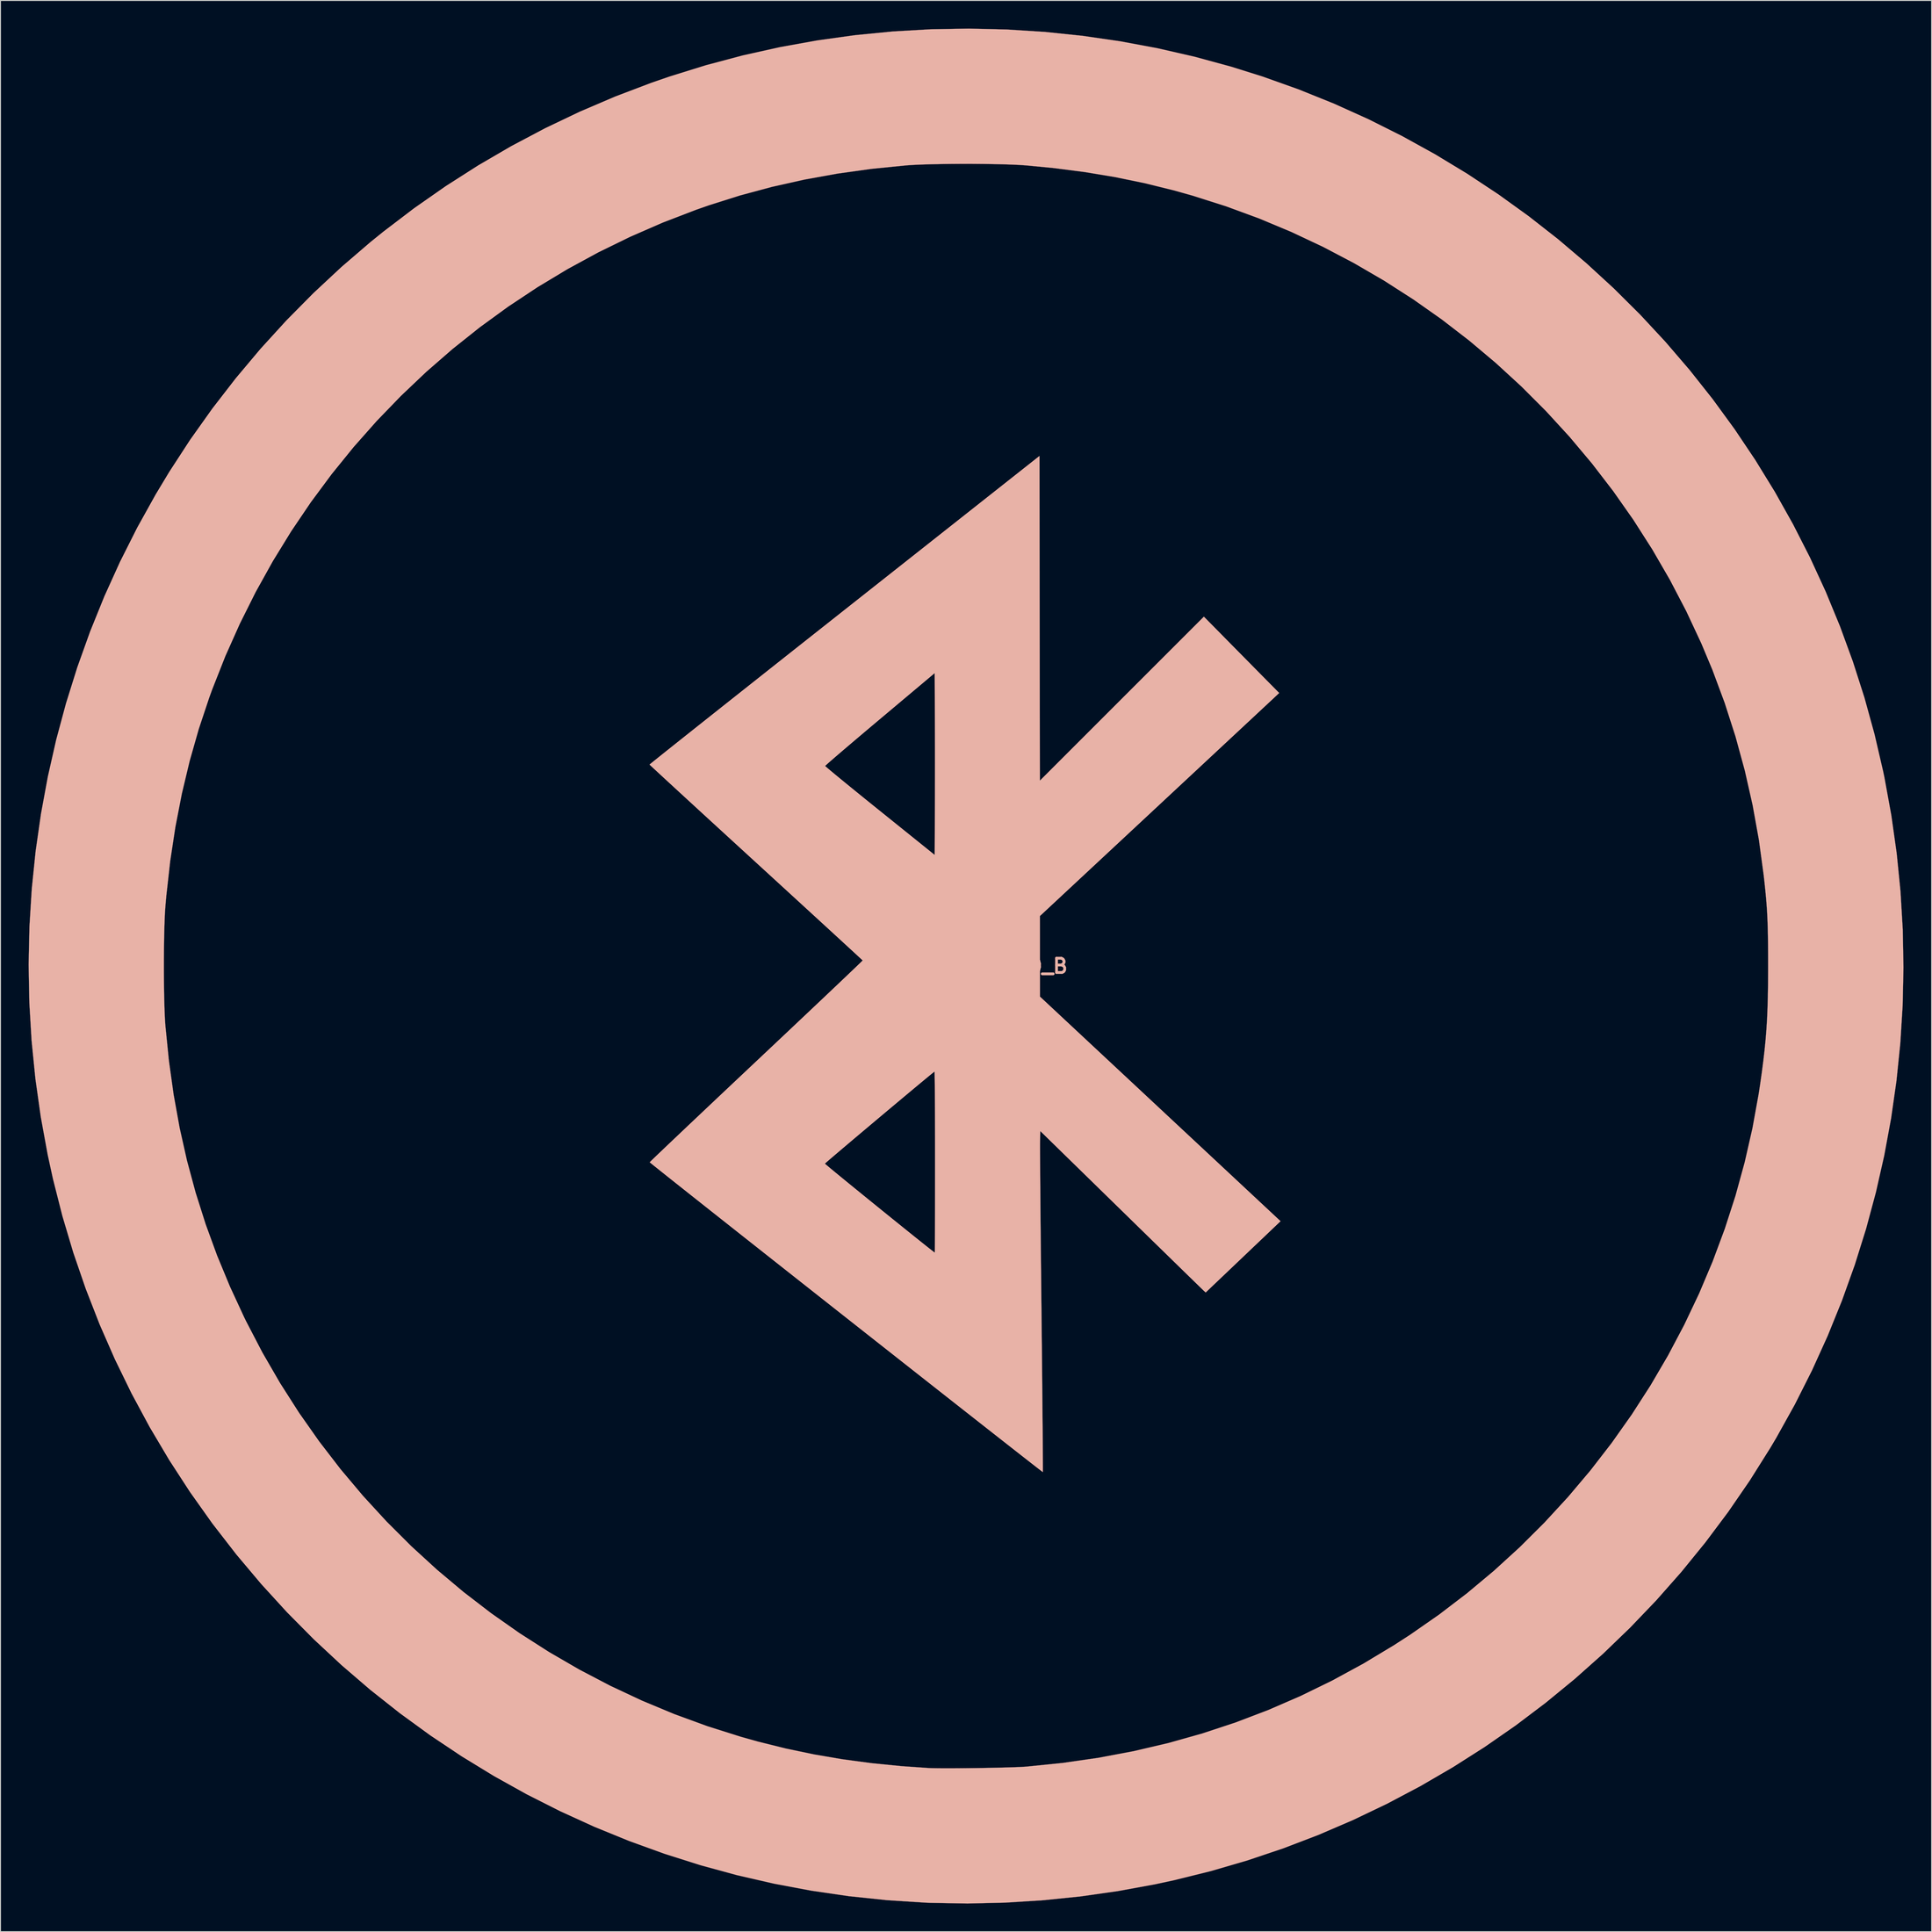
<source format=kicad_pcb>
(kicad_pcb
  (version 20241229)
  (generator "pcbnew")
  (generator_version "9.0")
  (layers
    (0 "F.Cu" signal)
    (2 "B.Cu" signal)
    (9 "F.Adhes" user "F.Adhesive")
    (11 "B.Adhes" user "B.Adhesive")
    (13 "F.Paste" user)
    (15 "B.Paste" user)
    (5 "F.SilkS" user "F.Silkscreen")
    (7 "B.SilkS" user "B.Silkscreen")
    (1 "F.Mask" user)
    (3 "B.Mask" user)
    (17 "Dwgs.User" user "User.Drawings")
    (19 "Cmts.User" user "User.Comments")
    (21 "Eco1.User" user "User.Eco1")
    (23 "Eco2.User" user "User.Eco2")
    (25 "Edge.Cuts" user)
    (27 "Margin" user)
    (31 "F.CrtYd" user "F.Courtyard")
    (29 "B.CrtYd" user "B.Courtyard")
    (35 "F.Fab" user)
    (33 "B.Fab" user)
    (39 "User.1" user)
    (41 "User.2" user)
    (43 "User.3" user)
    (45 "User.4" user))
  (footprint "bluetooth_20x20_B"
    (layer "F.Cu")
    (at 99.99 99.988)
    (property "Reference" "bluetooth_20x20_B" (at 0 0 0) (layer "B.SilkS") (effects (font (size 1.524 1.524) (thickness 0.3))))
    (attr through_hole)
    (fp_poly (pts (xy 7.874 -19.77) (xy 16.621 -28.517) (xy 25.368 -37.263) (xy 27.564 -35.036) (xy 28.17 -34.42) (xy 28.833 -33.749) (xy 29.519 -33.054) (xy 30.195 -32.368) (xy 30.83 -31.724) (xy 31.391 -31.156) (xy 31.578 -30.966) (xy 33.397 -29.124) (xy 33.145 -28.883) (xy 33.059 -28.802) (xy 32.855 -28.611) (xy 32.539 -28.316) (xy 32.117 -27.922) (xy 31.595 -27.436) (xy 30.979 -26.861) (xy 30.276 -26.205) (xy 29.49 -25.473) (xy 28.628 -24.669) (xy 27.697 -23.801) (xy 26.701 -22.873) (xy 25.648 -21.891) (xy 24.543 -20.861) (xy 23.391 -19.788) (xy 22.2 -18.678) (xy 20.975 -17.536) (xy 20.384 -16.985) (xy 7.874 -5.329) (xy 7.877 -1.035) (xy 7.881 3.26) (xy 20.713 15.238) (xy 33.545 27.217) (xy 32.921 27.811) (xy 32.74 27.984) (xy 32.45 28.26) (xy 32.066 28.626) (xy 31.601 29.069) (xy 31.069 29.575) (xy 30.484 30.131) (xy 29.861 30.725) (xy 29.213 31.342) (xy 28.929 31.612) (xy 25.56 34.819) (xy 25.341 34.618) (xy 25.256 34.536) (xy 25.056 34.342) (xy 24.75 34.044) (xy 24.343 33.648) (xy 23.844 33.161) (xy 23.258 32.59) (xy 22.594 31.942) (xy 21.858 31.223) (xy 21.057 30.441) (xy 20.198 29.603) (xy 19.289 28.714) (xy 18.335 27.783) (xy 17.345 26.815) (xy 16.52 26.008) (xy 7.916 17.6) (xy 7.89 18.769) (xy 7.888 18.971) (xy 7.888 19.333) (xy 7.89 19.846) (xy 7.894 20.503) (xy 7.899 21.294) (xy 7.906 22.211) (xy 7.914 23.244) (xy 7.923 24.386) (xy 7.934 25.627) (xy 7.946 26.959) (xy 7.959 28.372) (xy 7.973 29.859) (xy 7.989 31.409) (xy 8.005 33.016) (xy 8.022 34.669) (xy 8.04 36.36) (xy 8.046 36.942) (xy 8.064 38.626) (xy 8.081 40.265) (xy 8.097 41.851) (xy 8.112 43.375) (xy 8.126 44.83) (xy 8.14 46.207) (xy 8.151 47.499) (xy 8.162 48.698) (xy 8.172 49.795) (xy 8.18 50.783) (xy 8.186 51.653) (xy 8.191 52.397) (xy 8.195 53.008) (xy 8.197 53.478) (xy 8.197 53.798) (xy 8.195 53.96) (xy 8.194 53.98) (xy 8.125 53.931) (xy 7.929 53.781) (xy 7.61 53.534) (xy 7.173 53.194) (xy 6.623 52.765) (xy 5.965 52.251) (xy 5.204 51.656) (xy 4.346 50.983) (xy 3.395 50.237) (xy 2.356 49.422) (xy 1.234 48.541) (xy 0.035 47.599) (xy -1.237 46.6) (xy -2.577 45.546) (xy -3.979 44.444) (xy -5.439 43.295) (xy -6.951 42.105) (xy -8.511 40.877) (xy -10.114 39.615) (xy -11.754 38.323) (xy -12.79 37.507) (xy -14.451 36.198) (xy -16.077 34.916) (xy -17.664 33.664) (xy -19.206 32.448) (xy -20.698 31.27) (xy -22.136 30.135) (xy -23.514 29.047) (xy -24.828 28.009) (xy -26.071 27.026) (xy -27.24 26.102) (xy -28.329 25.24) (xy -29.334 24.445) (xy -30.248 23.72) (xy -31.068 23.07) (xy -31.788 22.498) (xy -32.403 22.008) (xy -32.908 21.605) (xy -33.299 21.293) (xy -33.565 21.078) (xy -15.054 21.078) (xy -14.992 21.137) (xy -14.811 21.293) (xy -14.519 21.537) (xy -14.13 21.859) (xy -13.655 22.25) (xy -13.105 22.701) (xy -12.491 23.203) (xy -11.825 23.746) (xy -11.118 24.321) (xy -10.382 24.919) (xy -9.628 25.53) (xy -8.868 26.146) (xy -8.112 26.757) (xy -7.373 27.353) (xy -6.661 27.927) (xy -5.989 28.468) (xy -5.367 28.967) (xy -4.807 29.415) (xy -4.321 29.802) (xy -3.919 30.12) (xy -3.614 30.359) (xy -3.416 30.511) (xy -3.337 30.565) (xy -3.337 30.565) (xy -3.332 30.482) (xy -3.328 30.24) (xy -3.324 29.85) (xy -3.32 29.323) (xy -3.316 28.669) (xy -3.313 27.899) (xy -3.31 27.023) (xy -3.307 26.052) (xy -3.305 24.997) (xy -3.304 23.867) (xy -3.303 22.675) (xy -3.302 21.43) (xy -3.302 20.913) (xy -3.303 19.649) (xy -3.304 18.435) (xy -3.307 17.279) (xy -3.31 16.192) (xy -3.314 15.185) (xy -3.32 14.27) (xy -3.325 13.455) (xy -3.332 12.753) (xy -3.339 12.173) (xy -3.346 11.726) (xy -3.354 11.423) (xy -3.362 11.274) (xy -3.365 11.261) (xy -3.439 11.314) (xy -3.63 11.467) (xy -3.928 11.71) (xy -4.322 12.035) (xy -4.8 12.431) (xy -5.352 12.89) (xy -5.965 13.401) (xy -6.629 13.956) (xy -7.333 14.545) (xy -8.065 15.158) (xy -8.814 15.786) (xy -9.569 16.42) (xy -10.319 17.051) (xy -11.052 17.668) (xy -11.757 18.262) (xy -12.423 18.825) (xy -13.039 19.346) (xy -13.594 19.817) (xy -14.076 20.227) (xy -14.474 20.567) (xy -14.777 20.828) (xy -14.974 21.001) (xy -15.053 21.076) (xy -15.054 21.078) (xy -33.565 21.078) (xy -33.569 21.074) (xy -33.714 20.954) (xy -33.74 20.931) (xy -33.679 20.867) (xy -33.501 20.693) (xy -33.212 20.414) (xy -32.818 20.036) (xy -32.324 19.566) (xy -31.738 19.008) (xy -31.065 18.369) (xy -30.311 17.654) (xy -29.483 16.869) (xy -28.585 16.021) (xy -27.626 15.114) (xy -26.61 14.154) (xy -25.543 13.147) (xy -24.432 12.1) (xy -23.283 11.017) (xy -22.372 10.159) (xy -21.198 9.053) (xy -20.058 7.978) (xy -18.957 6.94) (xy -17.903 5.944) (xy -16.9 4.997) (xy -15.955 4.103) (xy -15.074 3.27) (xy -14.264 2.502) (xy -13.529 1.805) (xy -12.877 1.185) (xy -12.313 0.648) (xy -11.844 0.199) (xy -11.474 -0.155) (xy -11.212 -0.409) (xy -11.062 -0.558) (xy -11.027 -0.596) (xy -11.091 -0.658) (xy -11.273 -0.828) (xy -11.568 -1.101) (xy -11.969 -1.471) (xy -12.471 -1.933) (xy -13.066 -2.481) (xy -13.748 -3.108) (xy -14.512 -3.81) (xy -15.351 -4.58) (xy -16.26 -5.414) (xy -17.23 -6.304) (xy -18.258 -7.246) (xy -19.335 -8.234) (xy -20.457 -9.262) (xy -21.616 -10.324) (xy -22.394 -11.036) (xy -23.575 -12.118) (xy -24.722 -13.169) (xy -25.829 -14.184) (xy -26.89 -15.157) (xy -27.899 -16.082) (xy -28.848 -16.954) (xy -29.733 -17.767) (xy -30.547 -18.515) (xy -31.283 -19.193) (xy -31.936 -19.794) (xy -32.499 -20.314) (xy -32.966 -20.745) (xy -33.331 -21.084) (xy -33.588 -21.323) (xy -33.604 -21.339) (xy -15.028 -21.339) (xy -14.964 -21.273) (xy -14.777 -21.11) (xy -14.476 -20.856) (xy -14.071 -20.519) (xy -13.572 -20.107) (xy -12.988 -19.628) (xy -12.328 -19.089) (xy -11.602 -18.499) (xy -10.819 -17.864) (xy -9.988 -17.193) (xy -9.186 -16.547) (xy -3.344 -11.847) (xy -3.322 -16.67) (xy -3.318 -17.769) (xy -3.316 -18.994) (xy -3.314 -20.303) (xy -3.313 -21.651) (xy -3.314 -22.996) (xy -3.316 -24.296) (xy -3.319 -25.505) (xy -3.322 -26.369) (xy -3.344 -31.245) (xy -9.186 -26.338) (xy -10.045 -25.616) (xy -10.866 -24.923) (xy -11.639 -24.269) (xy -12.356 -23.66) (xy -13.008 -23.105) (xy -13.585 -22.612) (xy -14.078 -22.187) (xy -14.478 -21.84) (xy -14.776 -21.578) (xy -14.962 -21.408) (xy -15.028 -21.339) (xy -15.028 -21.339) (xy -33.604 -21.339) (xy -33.729 -21.458) (xy -33.757 -21.486) (xy -33.693 -21.543) (xy -33.501 -21.701) (xy -33.186 -21.955) (xy -32.753 -22.302) (xy -32.207 -22.739) (xy -31.553 -23.26) (xy -30.797 -23.862) (xy -29.943 -24.542) (xy -28.996 -25.294) (xy -27.961 -26.115) (xy -26.844 -27.001) (xy -25.649 -27.949) (xy -24.381 -28.953) (xy -23.046 -30.01) (xy -21.648 -31.117) (xy -20.193 -32.268) (xy -18.685 -33.461) (xy -17.129 -34.691) (xy -15.531 -35.953) (xy -13.896 -37.245) (xy -12.971 -37.976) (xy 7.832 -54.404) (xy 7.874 -19.77)) (stroke (width 0.01) (type solid)) (fill yes) (layer "B.SilkS"))
    (fp_poly (pts (xy 4.341 -99.89) (xy 8.384 -99.635) (xy 12.416 -99.217) (xy 16.429 -98.636) (xy 20.417 -97.893) (xy 24.375 -96.987) (xy 28.297 -95.918) (xy 31.623 -94.874) (xy 35.465 -93.504) (xy 39.23 -91.987) (xy 42.915 -90.324) (xy 46.515 -88.521) (xy 50.028 -86.581) (xy 53.451 -84.508) (xy 56.78 -82.305) (xy 60.012 -79.977) (xy 63.143 -77.526) (xy 66.17 -74.957) (xy 69.091 -72.273) (xy 71.901 -69.478) (xy 74.597 -66.576) (xy 77.177 -63.57) (xy 79.636 -60.465) (xy 81.972 -57.263) (xy 84.182 -53.969) (xy 86.261 -50.586) (xy 88.207 -47.118) (xy 90.016 -43.569) (xy 91.685 -39.942) (xy 93.211 -36.242) (xy 94.59 -32.471) (xy 95.82 -28.633) (xy 96.896 -24.733) (xy 97.816 -20.774) (xy 97.952 -20.119) (xy 98.69 -16.077) (xy 99.262 -12.025) (xy 99.668 -7.966) (xy 99.909 -3.905) (xy 99.985 0.152) (xy 99.899 4.2) (xy 99.649 8.235) (xy 99.238 12.252) (xy 98.666 16.245) (xy 97.934 20.21) (xy 97.043 24.142) (xy 95.994 28.036) (xy 94.787 31.886) (xy 93.423 35.689) (xy 91.904 39.438) (xy 90.229 43.13) (xy 88.401 46.759) (xy 86.419 50.32) (xy 85.783 51.393) (xy 83.603 54.86) (xy 81.292 58.223) (xy 78.855 61.478) (xy 76.296 64.623) (xy 73.62 67.655) (xy 70.829 70.57) (xy 67.93 73.365) (xy 64.924 76.039) (xy 61.818 78.587) (xy 58.615 81.007) (xy 55.319 83.296) (xy 51.934 85.451) (xy 48.464 87.47) (xy 44.914 89.348) (xy 41.288 91.083) (xy 37.59 92.673) (xy 33.823 94.113) (xy 29.993 95.402) (xy 26.103 96.537) (xy 22.158 97.514) (xy 20.119 97.952) (xy 16.17 98.674) (xy 12.182 99.241) (xy 8.172 99.65) (xy 4.157 99.9) (xy 0.153 99.991) (xy -3.822 99.921) (xy -4.311 99.901) (xy -8.411 99.639) (xy -12.478 99.213) (xy -16.506 98.625) (xy -20.492 97.876) (xy -24.432 96.97) (xy -28.322 95.908) (xy -32.157 94.692) (xy -35.933 93.325) (xy -39.647 91.809) (xy -43.294 90.145) (xy -46.87 88.337) (xy -50.371 86.387) (xy -53.792 84.296) (xy -57.131 82.066) (xy -60.381 79.701) (xy -63.541 77.202) (xy -66.604 74.571) (xy -69.568 71.811) (xy -72.428 68.924) (xy -75.179 65.911) (xy -77.819 62.776) (xy -80.342 59.52) (xy -80.405 59.436) (xy -82.77 56.105) (xy -84.993 52.684) (xy -87.072 49.178) (xy -89.004 45.593) (xy -90.788 41.933) (xy -92.42 38.205) (xy -93.898 34.413) (xy -95.221 30.563) (xy -96.384 26.661) (xy -97.387 22.712) (xy -97.952 20.119) (xy -98.691 16.077) (xy -99.262 12.024) (xy -99.668 7.965) (xy -99.909 3.905) (xy -99.973 0.485) (xy -85.561 0.485) (xy -85.554 1.624) (xy -85.54 2.726) (xy -85.518 3.766) (xy -85.49 4.718) (xy -85.453 5.556) (xy -85.409 6.255) (xy -85.402 6.35) (xy -85.028 10.085) (xy -84.521 13.723) (xy -83.879 17.275) (xy -83.098 20.754) (xy -82.175 24.172) (xy -81.106 27.541) (xy -79.889 30.873) (xy -78.519 34.181) (xy -76.994 37.477) (xy -76.792 37.888) (xy -75.049 41.235) (xy -73.165 44.489) (xy -71.147 47.648) (xy -68.997 50.707) (xy -66.721 53.663) (xy -64.322 56.513) (xy -61.806 59.252) (xy -59.176 61.877) (xy -56.437 64.385) (xy -53.594 66.772) (xy -50.65 69.034) (xy -47.61 71.168) (xy -44.479 73.171) (xy -41.261 75.037) (xy -37.96 76.765) (xy -34.58 78.35) (xy -31.127 79.789) (xy -27.604 81.078) (xy -24.016 82.213) (xy -22.183 82.727) (xy -19.223 83.462) (xy -16.233 84.088) (xy -13.19 84.608) (xy -10.071 85.026) (xy -6.853 85.346) (xy -3.979 85.545) (xy -3.596 85.559) (xy -3.067 85.568) (xy -2.415 85.573) (xy -1.663 85.573) (xy -0.835 85.569) (xy 0.047 85.562) (xy 0.96 85.551) (xy 1.879 85.537) (xy 2.783 85.52) (xy 3.647 85.501) (xy 4.449 85.48) (xy 5.166 85.457) (xy 5.774 85.433) (xy 6.251 85.407) (xy 6.435 85.394) (xy 10.316 85) (xy 14.13 84.45) (xy 17.878 83.744) (xy 21.563 82.882) (xy 25.184 81.863) (xy 28.743 80.687) (xy 32.242 79.354) (xy 35.683 77.862) (xy 39.065 76.212) (xy 42.391 74.402) (xy 45.662 72.433) (xy 47.371 71.327) (xy 50.456 69.18) (xy 53.434 66.905) (xy 56.302 64.509) (xy 59.056 61.995) (xy 61.692 59.369) (xy 64.209 56.636) (xy 66.602 53.801) (xy 68.869 50.869) (xy 71.006 47.845) (xy 73.011 44.733) (xy 74.879 41.54) (xy 76.608 38.269) (xy 78.195 34.926) (xy 79.636 31.516) (xy 80.928 28.044) (xy 82.069 24.515) (xy 83.054 20.933) (xy 83.881 17.305) (xy 84.547 13.634) (xy 84.702 12.615) (xy 84.886 11.309) (xy 85.043 10.1) (xy 85.175 8.961) (xy 85.283 7.862) (xy 85.37 6.774) (xy 85.438 5.67) (xy 85.487 4.521) (xy 85.521 3.297) (xy 85.542 1.971) (xy 85.55 0.514) (xy 85.551 0) (xy 85.549 -1.229) (xy 85.542 -2.313) (xy 85.53 -3.28) (xy 85.51 -4.153) (xy 85.482 -4.958) (xy 85.444 -5.722) (xy 85.396 -6.468) (xy 85.335 -7.223) (xy 85.261 -8.012) (xy 85.173 -8.861) (xy 85.085 -9.652) (xy 84.574 -13.428) (xy 83.9 -17.163) (xy 83.066 -20.851) (xy 82.072 -24.488) (xy 80.92 -28.07) (xy 79.611 -31.59) (xy 78.427 -34.417) (xy 76.823 -37.848) (xy 75.078 -41.191) (xy 73.195 -44.441) (xy 71.179 -47.596) (xy 69.033 -50.652) (xy 66.762 -53.606) (xy 64.37 -56.453) (xy 61.861 -59.19) (xy 59.24 -61.814) (xy 56.51 -64.321) (xy 53.675 -66.707) (xy 50.74 -68.97) (xy 47.709 -71.104) (xy 44.587 -73.108) (xy 41.376 -74.976) (xy 38.082 -76.707) (xy 34.708 -78.295) (xy 31.259 -79.738) (xy 27.738 -81.032) (xy 24.151 -82.174) (xy 22.183 -82.727) (xy 19.073 -83.495) (xy 15.909 -84.147) (xy 12.668 -84.686) (xy 9.331 -85.116) (xy 6.35 -85.402) (xy 5.675 -85.447) (xy 4.857 -85.484) (xy 3.921 -85.514) (xy 2.894 -85.537) (xy 1.799 -85.552) (xy 0.665 -85.56) (xy -0.485 -85.561) (xy -1.624 -85.554) (xy -2.726 -85.54) (xy -3.766 -85.518) (xy -4.718 -85.49) (xy -5.556 -85.453) (xy -6.255 -85.409) (xy -6.35 -85.402) (xy -10.074 -85.029) (xy -13.698 -84.524) (xy -17.234 -83.885) (xy -20.693 -83.111) (xy -24.084 -82.199) (xy -27.418 -81.146) (xy -28.787 -80.668) (xy -32.344 -79.301) (xy -35.82 -77.786) (xy -39.211 -76.129) (xy -42.514 -74.332) (xy -45.724 -72.399) (xy -48.839 -70.333) (xy -51.855 -68.138) (xy -54.769 -65.818) (xy -57.575 -63.377) (xy -60.272 -60.817) (xy -62.856 -58.143) (xy -65.322 -55.358) (xy -67.667 -52.465) (xy -69.888 -49.469) (xy -71.981 -46.373) (xy -73.943 -43.18) (xy -75.77 -39.895) (xy -77.457 -36.52) (xy -79.003 -33.06) (xy -80.402 -29.517) (xy -80.725 -28.629) (xy -81.84 -25.283) (xy -82.812 -21.872) (xy -83.644 -18.388) (xy -84.336 -14.825) (xy -84.89 -11.175) (xy -85.308 -7.432) (xy -85.402 -6.35) (xy -85.447 -5.675) (xy -85.484 -4.857) (xy -85.514 -3.921) (xy -85.537 -2.894) (xy -85.552 -1.799) (xy -85.56 -0.665) (xy -85.561 0.485) (xy -99.973 0.485) (xy -99.985 -0.151) (xy -99.898 -4.198) (xy -99.649 -8.232) (xy -99.238 -12.247) (xy -98.666 -16.239) (xy -97.934 -20.202) (xy -97.044 -24.133) (xy -95.995 -28.025) (xy -94.789 -31.874) (xy -93.427 -35.675) (xy -91.909 -39.423) (xy -90.237 -43.113) (xy -88.411 -46.741) (xy -86.432 -50.301) (xy -84.984 -52.705) (xy -82.757 -56.128) (xy -80.388 -59.461) (xy -77.883 -62.699) (xy -75.248 -65.834) (xy -72.488 -68.86) (xy -69.608 -71.772) (xy -66.615 -74.562) (xy -63.514 -77.225) (xy -62.145 -78.331) (xy -58.865 -80.829) (xy -55.495 -83.183) (xy -52.039 -85.391) (xy -48.5 -87.453) (xy -44.88 -89.367) (xy -41.182 -91.131) (xy -37.41 -92.744) (xy -33.566 -94.204) (xy -31.623 -94.874) (xy -27.737 -96.082) (xy -23.809 -97.127) (xy -19.846 -98.009) (xy -15.854 -98.729) (xy -11.838 -99.287) (xy -7.805 -99.681) (xy -3.76 -99.914) (xy 0.291 -99.983) (xy 4.341 -99.89)) (stroke (width 0.01) (type solid)) (fill yes) (layer "B.SilkS")))
  (gr_rect
    (start -3 -3)
    (end 202.98 202.985)
    (stroke (width 0.1) (type default))
    (fill no)
    (layer "Edge.Cuts")))
</source>
